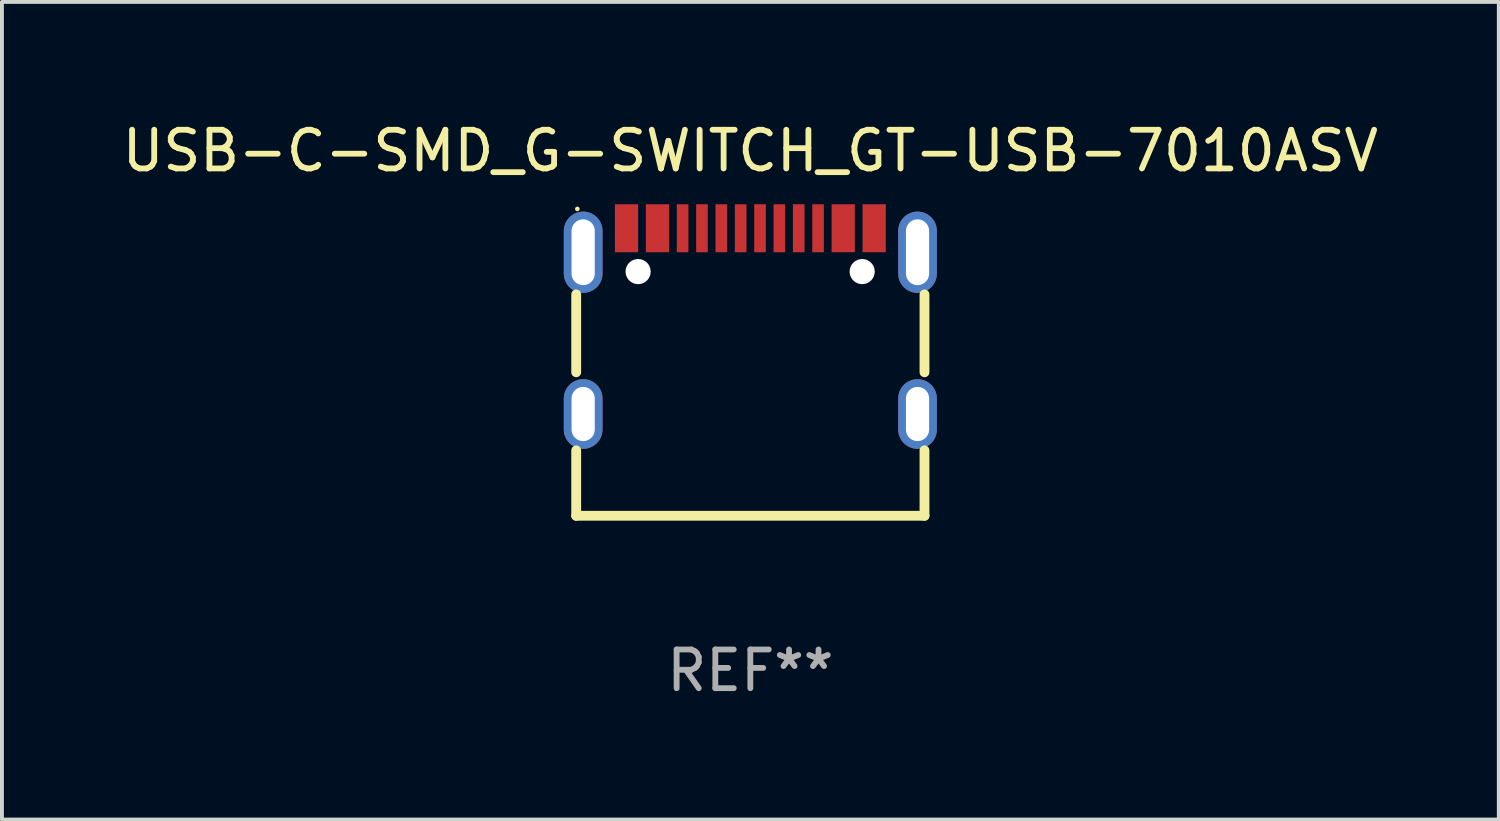
<source format=kicad_pcb>
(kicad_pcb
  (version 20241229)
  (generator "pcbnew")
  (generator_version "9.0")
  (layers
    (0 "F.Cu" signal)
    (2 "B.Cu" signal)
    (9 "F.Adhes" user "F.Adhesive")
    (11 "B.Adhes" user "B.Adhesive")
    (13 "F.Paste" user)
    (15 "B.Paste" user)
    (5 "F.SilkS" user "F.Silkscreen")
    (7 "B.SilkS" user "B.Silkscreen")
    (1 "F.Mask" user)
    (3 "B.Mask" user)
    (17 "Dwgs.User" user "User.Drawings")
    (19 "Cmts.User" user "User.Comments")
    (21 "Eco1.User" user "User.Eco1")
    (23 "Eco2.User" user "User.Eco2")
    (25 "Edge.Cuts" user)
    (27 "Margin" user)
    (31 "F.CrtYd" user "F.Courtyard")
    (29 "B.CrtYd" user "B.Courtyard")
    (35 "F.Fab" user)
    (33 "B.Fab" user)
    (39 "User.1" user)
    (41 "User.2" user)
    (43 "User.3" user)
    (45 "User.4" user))
  (footprint "USB-C-SMD_G-SWITCH_GT-USB-7010ASV"
    (layer "F.Cu")
    (at 16.339 5.248)
    (property "Reference" "USB-C-SMD_G-SWITCH_GT-USB-7010ASV" (at -0.000038 -4.4 0) (layer "F.SilkS") (effects (font (size 1 1) (thickness 0.15))))
    (attr through_hole)
    (fp_line (start -4.5 1.322) (end -4.5 -0.691) (stroke (width 0.254) (type solid)) (layer "F.SilkS"))
    (fp_line (start -4.5 5.03) (end -4.5 3.339) (stroke (width 0.254) (type solid)) (layer "F.SilkS"))
    (fp_line (start 4.5 1.322) (end 4.5 -0.691) (stroke (width 0.254) (type solid)) (layer "F.SilkS"))
    (fp_line (start 4.5 5.03) (end -4.5 5.03) (stroke (width 0.254) (type solid)) (layer "F.SilkS"))
    (fp_line (start 4.5 5.03) (end 4.5 3.339) (stroke (width 0.254) (type solid)) (layer "F.SilkS"))
    (fp_circle (center -4.47 -2.9) (end -4.44 -2.9) (stroke (width 0.06) (type solid)) (fill no) (layer "F.SilkS"))
    (fp_circle (center -2.9 -1.28) (end -2.775 -1.28) (stroke (width 0.25) (type solid)) (fill no) (layer "F.Fab"))
    (fp_circle (center 2.89 -1.28) (end 3.015 -1.28) (stroke (width 0.25) (type solid)) (fill no) (layer "F.Fab"))
    (fp_text user "REF**" (at -0.000038 9.03 0) (layer "F.Fab") (effects (font (size 1 1) (thickness 0.15))))
    (pad "" np_thru_hole circle (at -2.9 -1.28) (size 0.65 0.65) (drill 0.65) (layers "*.Cu" "*.Mask"))
    (pad "" np_thru_hole circle (at 2.89 -1.28) (size 0.65 0.65) (drill 0.65) (layers "*.Cu" "*.Mask"))
    (pad "1" thru_hole oval (at -4.32 -1.78) (size 1 2.1) (drill oval 0.6 1.7) (layers "*.Cu" "*.Mask"))
    (pad "2" thru_hole oval (at 4.32 -1.78) (size 1 2.1) (drill oval 0.6 1.7) (layers "*.Cu" "*.Mask"))
    (pad "3" thru_hole oval (at 4.32 2.4) (size 1 1.8) (drill oval 0.6 1.4) (layers "*.Cu" "*.Mask"))
    (pad "4" thru_hole oval (at -4.32 2.4) (size 1 1.8) (drill oval 0.6 1.4) (layers "*.Cu" "*.Mask"))
    (pad "A1B12" smd rect (at -3.2 -2.4) (size 0.6 1.24) (layers "F.Cu" "F.Mask" "F.Paste"))
    (pad "A4B9" smd rect (at -2.4 -2.4) (size 0.6 1.24) (layers "F.Cu" "F.Mask" "F.Paste"))
    (pad "A5" smd rect (at -1.25 -2.4) (size 0.3 1.24) (layers "F.Cu" "F.Mask" "F.Paste"))
    (pad "A6" smd rect (at -0.25 -2.4) (size 0.3 1.24) (layers "F.Cu" "F.Mask" "F.Paste"))
    (pad "A7" smd rect (at 0.25 -2.4) (size 0.3 1.24) (layers "F.Cu" "F.Mask" "F.Paste"))
    (pad "A8" smd rect (at 1.25 -2.4) (size 0.3 1.24) (layers "F.Cu" "F.Mask" "F.Paste"))
    (pad "B1A12" smd rect (at 3.2 -2.4) (size 0.6 1.24) (layers "F.Cu" "F.Mask" "F.Paste"))
    (pad "B4A9" smd rect (at 2.4 -2.4) (size 0.6 1.24) (layers "F.Cu" "F.Mask" "F.Paste"))
    (pad "B5" smd rect (at 1.75 -2.4) (size 0.3 1.24) (layers "F.Cu" "F.Mask" "F.Paste"))
    (pad "B6" smd rect (at 0.75 -2.4) (size 0.3 1.24) (layers "F.Cu" "F.Mask" "F.Paste"))
    (pad "B7" smd rect (at -0.75 -2.4) (size 0.3 1.24) (layers "F.Cu" "F.Mask" "F.Paste"))
    (pad "B8" smd rect (at -1.75 -2.4) (size 0.3 1.24) (layers "F.Cu" "F.Mask" "F.Paste")))
  (gr_rect
    (start -3 -3)
    (end 35.679 18.127)
    (stroke (width 0.1) (type default))
    (fill no)
    (layer "Edge.Cuts")))
</source>
